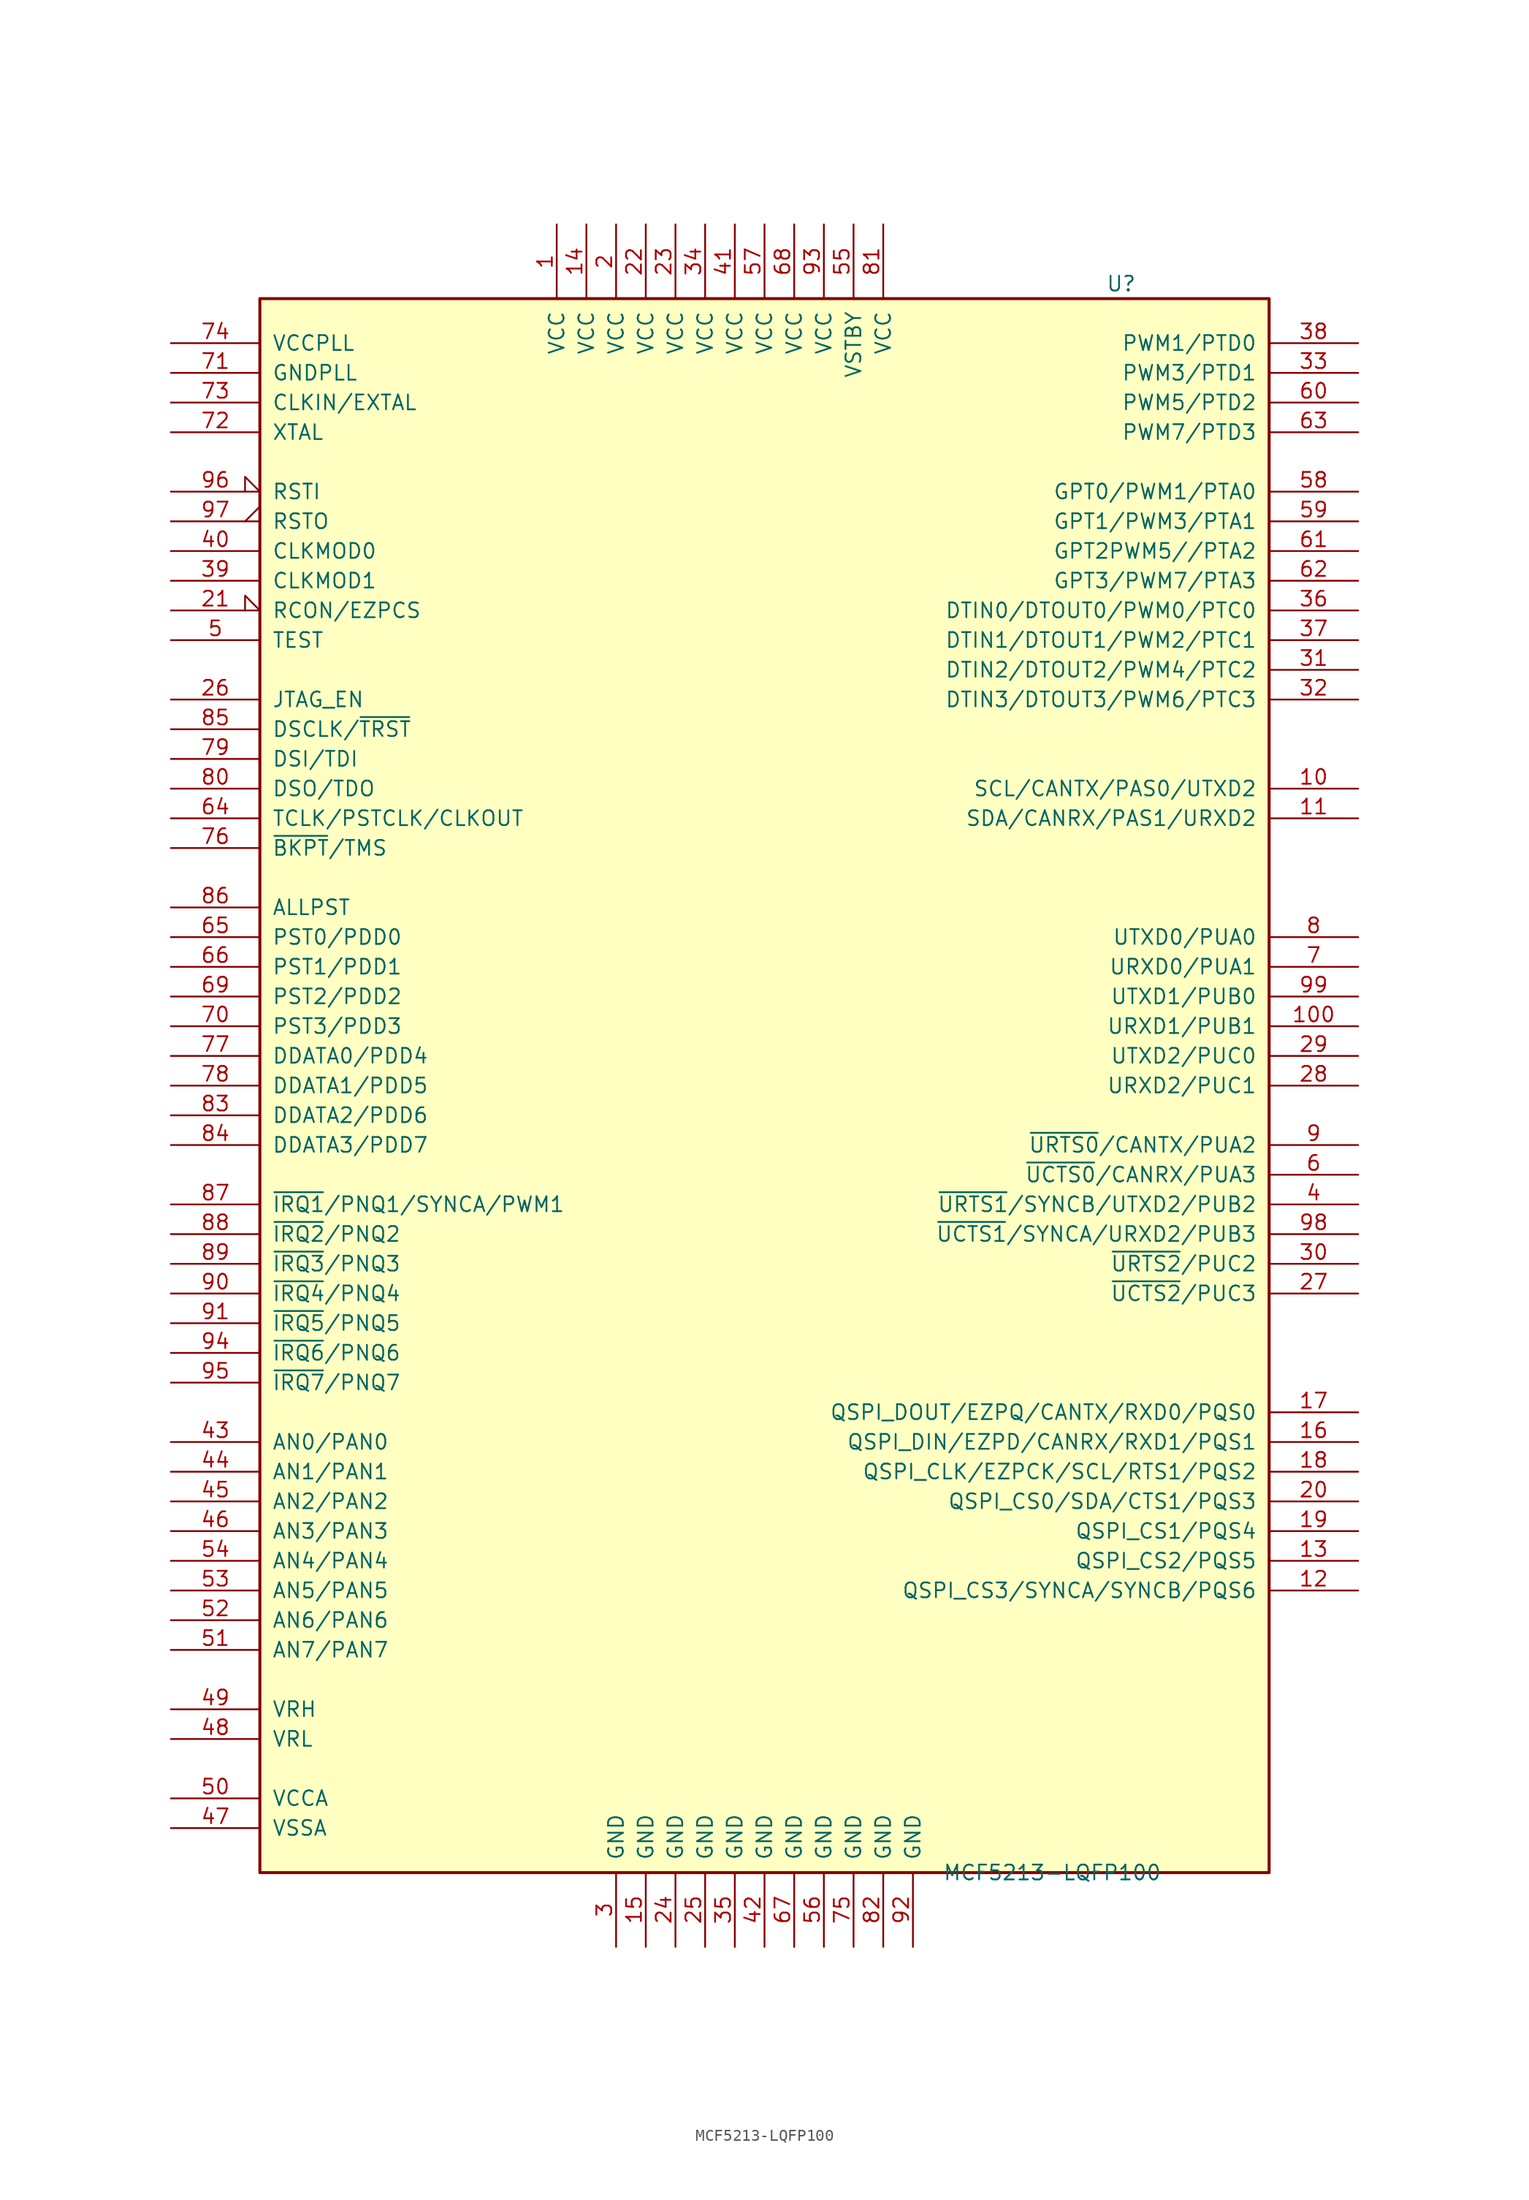
<source format=kicad_sym>
(kicad_symbol_lib
  (version 20201005)
  (generator kicad_symbol_editor)
  (symbol "MCU_NXP_ColdFire:MCF5213-LQFP100"
    (pin_names
      (offset 1.016))
    (property "Reference" "U"
      (at 29.21 68.58 0)
      (effects (font (size 1.27 1.27)) (justify left)))
    (property "Value" "MCF5213-LQFP100"
      (at 15.24 -67.31 0)
      (effects (font (size 1.27 1.27)) (justify left)))
    (symbol "MCF5213-LQFP100_0_1"
      (rectangle (start -43.18 67.31) (end 43.18 -67.31) (stroke (width 0.254)) (fill (type background))))
    (symbol "MCF5213-LQFP100_1_1"
      (pin power_in line (at -17.78 73.66 270) (length 6.35) (name "VCC" (effects (font (size 1.27 1.27)))) (number "1" (effects (font (size 1.27 1.27)))))
      (pin bidirectional line (at 50.8 25.4 180) (length 7.62) (name "SCL/CANTX/PAS0/UTXD2" (effects (font (size 1.27 1.27)))) (number "10" (effects (font (size 1.27 1.27)))))
      (pin bidirectional line (at 50.8 5.08 180) (length 7.62) (name "URXD1/PUB1" (effects (font (size 1.27 1.27)))) (number "100" (effects (font (size 1.27 1.27)))))
      (pin bidirectional line (at 50.8 22.86 180) (length 7.62) (name "SDA/CANRX/PAS1/URXD2" (effects (font (size 1.27 1.27)))) (number "11" (effects (font (size 1.27 1.27)))))
      (pin bidirectional line (at 50.8 -43.18 180) (length 7.62) (name "QSPI_CS3/SYNCA/SYNCB/PQS6" (effects (font (size 1.27 1.27)))) (number "12" (effects (font (size 1.27 1.27)))))
      (pin bidirectional line (at 50.8 -40.64 180) (length 7.62) (name "QSPI_CS2/PQS5" (effects (font (size 1.27 1.27)))) (number "13" (effects (font (size 1.27 1.27)))))
      (pin power_in line (at -15.24 73.66 270) (length 6.35) (name "VCC" (effects (font (size 1.27 1.27)))) (number "14" (effects (font (size 1.27 1.27)))))
      (pin power_in line (at -10.16 -73.66 90) (length 6.35) (name "GND" (effects (font (size 1.27 1.27)))) (number "15" (effects (font (size 1.27 1.27)))))
      (pin bidirectional line (at 50.8 -30.48 180) (length 7.62) (name "QSPI_DIN/EZPD/CANRX/RXD1/PQS1" (effects (font (size 1.27 1.27)))) (number "16" (effects (font (size 1.27 1.27)))))
      (pin bidirectional line (at 50.8 -27.94 180) (length 7.62) (name "QSPI_DOUT/EZPQ/CANTX/RXD0/PQS0" (effects (font (size 1.27 1.27)))) (number "17" (effects (font (size 1.27 1.27)))))
      (pin bidirectional line (at 50.8 -33.02 180) (length 7.62) (name "QSPI_CLK/EZPCK/SCL/RTS1/PQS2" (effects (font (size 1.27 1.27)))) (number "18" (effects (font (size 1.27 1.27)))))
      (pin bidirectional line (at 50.8 -38.1 180) (length 7.62) (name "QSPI_CS1/PQS4" (effects (font (size 1.27 1.27)))) (number "19" (effects (font (size 1.27 1.27)))))
      (pin power_in line (at -12.7 73.66 270) (length 6.35) (name "VCC" (effects (font (size 1.27 1.27)))) (number "2" (effects (font (size 1.27 1.27)))))
      (pin bidirectional line (at 50.8 -35.56 180) (length 7.62) (name "QSPI_CS0/SDA/CTS1/PQS3" (effects (font (size 1.27 1.27)))) (number "20" (effects (font (size 1.27 1.27)))))
      (pin input input_low (at -50.8 40.64 0) (length 7.62) (name "RCON/EZPCS" (effects (font (size 1.27 1.27)))) (number "21" (effects (font (size 1.27 1.27)))))
      (pin power_in line (at -10.16 73.66 270) (length 6.35) (name "VCC" (effects (font (size 1.27 1.27)))) (number "22" (effects (font (size 1.27 1.27)))))
      (pin power_in line (at -7.62 73.66 270) (length 6.35) (name "VCC" (effects (font (size 1.27 1.27)))) (number "23" (effects (font (size 1.27 1.27)))))
      (pin power_in line (at -7.62 -73.66 90) (length 6.35) (name "GND" (effects (font (size 1.27 1.27)))) (number "24" (effects (font (size 1.27 1.27)))))
      (pin power_in line (at -5.08 -73.66 90) (length 6.35) (name "GND" (effects (font (size 1.27 1.27)))) (number "25" (effects (font (size 1.27 1.27)))))
      (pin input line (at -50.8 33.02 0) (length 7.62) (name "JTAG_EN" (effects (font (size 1.27 1.27)))) (number "26" (effects (font (size 1.27 1.27)))))
      (pin bidirectional line (at 50.8 -17.78 180) (length 7.62) (name "~UCTS2~/PUC3" (effects (font (size 1.27 1.27)))) (number "27" (effects (font (size 1.27 1.27)))))
      (pin bidirectional line (at 50.8 0 180) (length 7.62) (name "URXD2/PUC1" (effects (font (size 1.27 1.27)))) (number "28" (effects (font (size 1.27 1.27)))))
      (pin bidirectional line (at 50.8 2.54 180) (length 7.62) (name "UTXD2/PUC0" (effects (font (size 1.27 1.27)))) (number "29" (effects (font (size 1.27 1.27)))))
      (pin power_in line (at -12.7 -73.66 90) (length 6.35) (name "GND" (effects (font (size 1.27 1.27)))) (number "3" (effects (font (size 1.27 1.27)))))
      (pin bidirectional line (at 50.8 -15.24 180) (length 7.62) (name "~URTS2~/PUC2" (effects (font (size 1.27 1.27)))) (number "30" (effects (font (size 1.27 1.27)))))
      (pin bidirectional line (at 50.8 35.56 180) (length 7.62) (name "DTIN2/DTOUT2/PWM4/PTC2" (effects (font (size 1.27 1.27)))) (number "31" (effects (font (size 1.27 1.27)))))
      (pin bidirectional line (at 50.8 33.02 180) (length 7.62) (name "DTIN3/DTOUT3/PWM6/PTC3" (effects (font (size 1.27 1.27)))) (number "32" (effects (font (size 1.27 1.27)))))
      (pin bidirectional line (at 50.8 60.96 180) (length 7.62) (name "PWM3/PTD1" (effects (font (size 1.27 1.27)))) (number "33" (effects (font (size 1.27 1.27)))))
      (pin power_in line (at -5.08 73.66 270) (length 6.35) (name "VCC" (effects (font (size 1.27 1.27)))) (number "34" (effects (font (size 1.27 1.27)))))
      (pin power_in line (at -2.54 -73.66 90) (length 6.35) (name "GND" (effects (font (size 1.27 1.27)))) (number "35" (effects (font (size 1.27 1.27)))))
      (pin bidirectional line (at 50.8 40.64 180) (length 7.62) (name "DTIN0/DTOUT0/PWM0/PTC0" (effects (font (size 1.27 1.27)))) (number "36" (effects (font (size 1.27 1.27)))))
      (pin bidirectional line (at 50.8 38.1 180) (length 7.62) (name "DTIN1/DTOUT1/PWM2/PTC1" (effects (font (size 1.27 1.27)))) (number "37" (effects (font (size 1.27 1.27)))))
      (pin bidirectional line (at 50.8 63.5 180) (length 7.62) (name "PWM1/PTD0" (effects (font (size 1.27 1.27)))) (number "38" (effects (font (size 1.27 1.27)))))
      (pin input line (at -50.8 43.18 0) (length 7.62) (name "CLKMOD1" (effects (font (size 1.27 1.27)))) (number "39" (effects (font (size 1.27 1.27)))))
      (pin bidirectional line (at 50.8 -10.16 180) (length 7.62) (name "~URTS1~/SYNCB/UTXD2/PUB2" (effects (font (size 1.27 1.27)))) (number "4" (effects (font (size 1.27 1.27)))))
      (pin input line (at -50.8 45.72 0) (length 7.62) (name "CLKMOD0" (effects (font (size 1.27 1.27)))) (number "40" (effects (font (size 1.27 1.27)))))
      (pin power_in line (at -2.54 73.66 270) (length 6.35) (name "VCC" (effects (font (size 1.27 1.27)))) (number "41" (effects (font (size 1.27 1.27)))))
      (pin power_in line (at 0 -73.66 90) (length 6.35) (name "GND" (effects (font (size 1.27 1.27)))) (number "42" (effects (font (size 1.27 1.27)))))
      (pin bidirectional line (at -50.8 -30.48 0) (length 7.62) (name "AN0/PAN0" (effects (font (size 1.27 1.27)))) (number "43" (effects (font (size 1.27 1.27)))))
      (pin bidirectional line (at -50.8 -33.02 0) (length 7.62) (name "AN1/PAN1" (effects (font (size 1.27 1.27)))) (number "44" (effects (font (size 1.27 1.27)))))
      (pin bidirectional line (at -50.8 -35.56 0) (length 7.62) (name "AN2/PAN2" (effects (font (size 1.27 1.27)))) (number "45" (effects (font (size 1.27 1.27)))))
      (pin bidirectional line (at -50.8 -38.1 0) (length 7.62) (name "AN3/PAN3" (effects (font (size 1.27 1.27)))) (number "46" (effects (font (size 1.27 1.27)))))
      (pin input line (at -50.8 -63.5 0) (length 7.62) (name "VSSA" (effects (font (size 1.27 1.27)))) (number "47" (effects (font (size 1.27 1.27)))))
      (pin input line (at -50.8 -55.88 0) (length 7.62) (name "VRL" (effects (font (size 1.27 1.27)))) (number "48" (effects (font (size 1.27 1.27)))))
      (pin input line (at -50.8 -53.34 0) (length 7.62) (name "VRH" (effects (font (size 1.27 1.27)))) (number "49" (effects (font (size 1.27 1.27)))))
      (pin input line (at -50.8 38.1 0) (length 7.62) (name "TEST" (effects (font (size 1.27 1.27)))) (number "5" (effects (font (size 1.27 1.27)))))
      (pin input line (at -50.8 -60.96 0) (length 7.62) (name "VCCA" (effects (font (size 1.27 1.27)))) (number "50" (effects (font (size 1.27 1.27)))))
      (pin bidirectional line (at -50.8 -48.26 0) (length 7.62) (name "AN7/PAN7" (effects (font (size 1.27 1.27)))) (number "51" (effects (font (size 1.27 1.27)))))
      (pin bidirectional line (at -50.8 -45.72 0) (length 7.62) (name "AN6/PAN6" (effects (font (size 1.27 1.27)))) (number "52" (effects (font (size 1.27 1.27)))))
      (pin bidirectional line (at -50.8 -43.18 0) (length 7.62) (name "AN5/PAN5" (effects (font (size 1.27 1.27)))) (number "53" (effects (font (size 1.27 1.27)))))
      (pin bidirectional line (at -50.8 -40.64 0) (length 7.62) (name "AN4/PAN4" (effects (font (size 1.27 1.27)))) (number "54" (effects (font (size 1.27 1.27)))))
      (pin power_in line (at 7.62 73.66 270) (length 6.35) (name "VSTBY" (effects (font (size 1.27 1.27)))) (number "55" (effects (font (size 1.27 1.27)))))
      (pin power_in line (at 5.08 -73.66 90) (length 6.35) (name "GND" (effects (font (size 1.27 1.27)))) (number "56" (effects (font (size 1.27 1.27)))))
      (pin power_in line (at 0 73.66 270) (length 6.35) (name "VCC" (effects (font (size 1.27 1.27)))) (number "57" (effects (font (size 1.27 1.27)))))
      (pin bidirectional line (at 50.8 50.8 180) (length 7.62) (name "GPT0/PWM1/PTA0" (effects (font (size 1.27 1.27)))) (number "58" (effects (font (size 1.27 1.27)))))
      (pin bidirectional line (at 50.8 48.26 180) (length 7.62) (name "GPT1/PWM3/PTA1" (effects (font (size 1.27 1.27)))) (number "59" (effects (font (size 1.27 1.27)))))
      (pin bidirectional line (at 50.8 -7.62 180) (length 7.62) (name "~UCTS0~/CANRX/PUA3" (effects (font (size 1.27 1.27)))) (number "6" (effects (font (size 1.27 1.27)))))
      (pin bidirectional line (at 50.8 58.42 180) (length 7.62) (name "PWM5/PTD2" (effects (font (size 1.27 1.27)))) (number "60" (effects (font (size 1.27 1.27)))))
      (pin bidirectional line (at 50.8 45.72 180) (length 7.62) (name "GPT2PWM5//PTA2" (effects (font (size 1.27 1.27)))) (number "61" (effects (font (size 1.27 1.27)))))
      (pin bidirectional line (at 50.8 43.18 180) (length 7.62) (name "GPT3/PWM7/PTA3" (effects (font (size 1.27 1.27)))) (number "62" (effects (font (size 1.27 1.27)))))
      (pin bidirectional line (at 50.8 55.88 180) (length 7.62) (name "PWM7/PTD3" (effects (font (size 1.27 1.27)))) (number "63" (effects (font (size 1.27 1.27)))))
      (pin input line (at -50.8 22.86 0) (length 7.62) (name "TCLK/PSTCLK/CLKOUT" (effects (font (size 1.27 1.27)))) (number "64" (effects (font (size 1.27 1.27)))))
      (pin bidirectional line (at -50.8 12.7 0) (length 7.62) (name "PST0/PDD0" (effects (font (size 1.27 1.27)))) (number "65" (effects (font (size 1.27 1.27)))))
      (pin bidirectional line (at -50.8 10.16 0) (length 7.62) (name "PST1/PDD1" (effects (font (size 1.27 1.27)))) (number "66" (effects (font (size 1.27 1.27)))))
      (pin power_in line (at 2.54 -73.66 90) (length 6.35) (name "GND" (effects (font (size 1.27 1.27)))) (number "67" (effects (font (size 1.27 1.27)))))
      (pin power_in line (at 2.54 73.66 270) (length 6.35) (name "VCC" (effects (font (size 1.27 1.27)))) (number "68" (effects (font (size 1.27 1.27)))))
      (pin bidirectional line (at -50.8 7.62 0) (length 7.62) (name "PST2/PDD2" (effects (font (size 1.27 1.27)))) (number "69" (effects (font (size 1.27 1.27)))))
      (pin bidirectional line (at 50.8 10.16 180) (length 7.62) (name "URXD0/PUA1" (effects (font (size 1.27 1.27)))) (number "7" (effects (font (size 1.27 1.27)))))
      (pin bidirectional line (at -50.8 5.08 0) (length 7.62) (name "PST3/PDD3" (effects (font (size 1.27 1.27)))) (number "70" (effects (font (size 1.27 1.27)))))
      (pin passive line (at -50.8 60.96 0) (length 7.62) (name "GNDPLL" (effects (font (size 1.27 1.27)))) (number "71" (effects (font (size 1.27 1.27)))))
      (pin output line (at -50.8 55.88 0) (length 7.62) (name "XTAL" (effects (font (size 1.27 1.27)))) (number "72" (effects (font (size 1.27 1.27)))))
      (pin input line (at -50.8 58.42 0) (length 7.62) (name "CLKIN/EXTAL" (effects (font (size 1.27 1.27)))) (number "73" (effects (font (size 1.27 1.27)))))
      (pin passive line (at -50.8 63.5 0) (length 7.62) (name "VCCPLL" (effects (font (size 1.27 1.27)))) (number "74" (effects (font (size 1.27 1.27)))))
      (pin power_in line (at 7.62 -73.66 90) (length 6.35) (name "GND" (effects (font (size 1.27 1.27)))) (number "75" (effects (font (size 1.27 1.27)))))
      (pin input line (at -50.8 20.32 0) (length 7.62) (name "~BKPT~/TMS" (effects (font (size 1.27 1.27)))) (number "76" (effects (font (size 1.27 1.27)))))
      (pin bidirectional line (at -50.8 2.54 0) (length 7.62) (name "DDATA0/PDD4" (effects (font (size 1.27 1.27)))) (number "77" (effects (font (size 1.27 1.27)))))
      (pin bidirectional line (at -50.8 0 0) (length 7.62) (name "DDATA1/PDD5" (effects (font (size 1.27 1.27)))) (number "78" (effects (font (size 1.27 1.27)))))
      (pin input line (at -50.8 27.94 0) (length 7.62) (name "DSI/TDI" (effects (font (size 1.27 1.27)))) (number "79" (effects (font (size 1.27 1.27)))))
      (pin bidirectional line (at 50.8 12.7 180) (length 7.62) (name "UTXD0/PUA0" (effects (font (size 1.27 1.27)))) (number "8" (effects (font (size 1.27 1.27)))))
      (pin output line (at -50.8 25.4 0) (length 7.62) (name "DSO/TDO" (effects (font (size 1.27 1.27)))) (number "80" (effects (font (size 1.27 1.27)))))
      (pin power_in line (at 10.16 73.66 270) (length 6.35) (name "VCC" (effects (font (size 1.27 1.27)))) (number "81" (effects (font (size 1.27 1.27)))))
      (pin power_in line (at 10.16 -73.66 90) (length 6.35) (name "GND" (effects (font (size 1.27 1.27)))) (number "82" (effects (font (size 1.27 1.27)))))
      (pin bidirectional line (at -50.8 -2.54 0) (length 7.62) (name "DDATA2/PDD6" (effects (font (size 1.27 1.27)))) (number "83" (effects (font (size 1.27 1.27)))))
      (pin bidirectional line (at -50.8 -5.08 0) (length 7.62) (name "DDATA3/PDD7" (effects (font (size 1.27 1.27)))) (number "84" (effects (font (size 1.27 1.27)))))
      (pin input line (at -50.8 30.48 0) (length 7.62) (name "DSCLK/~TRST~" (effects (font (size 1.27 1.27)))) (number "85" (effects (font (size 1.27 1.27)))))
      (pin output line (at -50.8 15.24 0) (length 7.62) (name "ALLPST" (effects (font (size 1.27 1.27)))) (number "86" (effects (font (size 1.27 1.27)))))
      (pin bidirectional line (at -50.8 -10.16 0) (length 7.62) (name "~IRQ1~/PNQ1/SYNCA/PWM1" (effects (font (size 1.27 1.27)))) (number "87" (effects (font (size 1.27 1.27)))))
      (pin bidirectional line (at -50.8 -12.7 0) (length 7.62) (name "~IRQ2~/PNQ2" (effects (font (size 1.27 1.27)))) (number "88" (effects (font (size 1.27 1.27)))))
      (pin bidirectional line (at -50.8 -15.24 0) (length 7.62) (name "~IRQ3~/PNQ3" (effects (font (size 1.27 1.27)))) (number "89" (effects (font (size 1.27 1.27)))))
      (pin bidirectional line (at 50.8 -5.08 180) (length 7.62) (name "~URTS0~/CANTX/PUA2" (effects (font (size 1.27 1.27)))) (number "9" (effects (font (size 1.27 1.27)))))
      (pin bidirectional line (at -50.8 -17.78 0) (length 7.62) (name "~IRQ4~/PNQ4" (effects (font (size 1.27 1.27)))) (number "90" (effects (font (size 1.27 1.27)))))
      (pin bidirectional line (at -50.8 -20.32 0) (length 7.62) (name "~IRQ5~/PNQ5" (effects (font (size 1.27 1.27)))) (number "91" (effects (font (size 1.27 1.27)))))
      (pin power_in line (at 12.7 -73.66 90) (length 6.35) (name "GND" (effects (font (size 1.27 1.27)))) (number "92" (effects (font (size 1.27 1.27)))))
      (pin power_in line (at 5.08 73.66 270) (length 6.35) (name "VCC" (effects (font (size 1.27 1.27)))) (number "93" (effects (font (size 1.27 1.27)))))
      (pin bidirectional line (at -50.8 -22.86 0) (length 7.62) (name "~IRQ6~/PNQ6" (effects (font (size 1.27 1.27)))) (number "94" (effects (font (size 1.27 1.27)))))
      (pin bidirectional line (at -50.8 -25.4 0) (length 7.62) (name "~IRQ7~/PNQ7" (effects (font (size 1.27 1.27)))) (number "95" (effects (font (size 1.27 1.27)))))
      (pin input input_low (at -50.8 50.8 0) (length 7.62) (name "RSTI" (effects (font (size 1.27 1.27)))) (number "96" (effects (font (size 1.27 1.27)))))
      (pin output output_low (at -50.8 48.26 0) (length 7.62) (name "RSTO" (effects (font (size 1.27 1.27)))) (number "97" (effects (font (size 1.27 1.27)))))
      (pin bidirectional line (at 50.8 -12.7 180) (length 7.62) (name "~UCTS1~/SYNCA/URXD2/PUB3" (effects (font (size 1.27 1.27)))) (number "98" (effects (font (size 1.27 1.27)))))
      (pin bidirectional line (at 50.8 7.62 180) (length 7.62) (name "UTXD1/PUB0" (effects (font (size 1.27 1.27)))) (number "99" (effects (font (size 1.27 1.27))))))))
</source>
